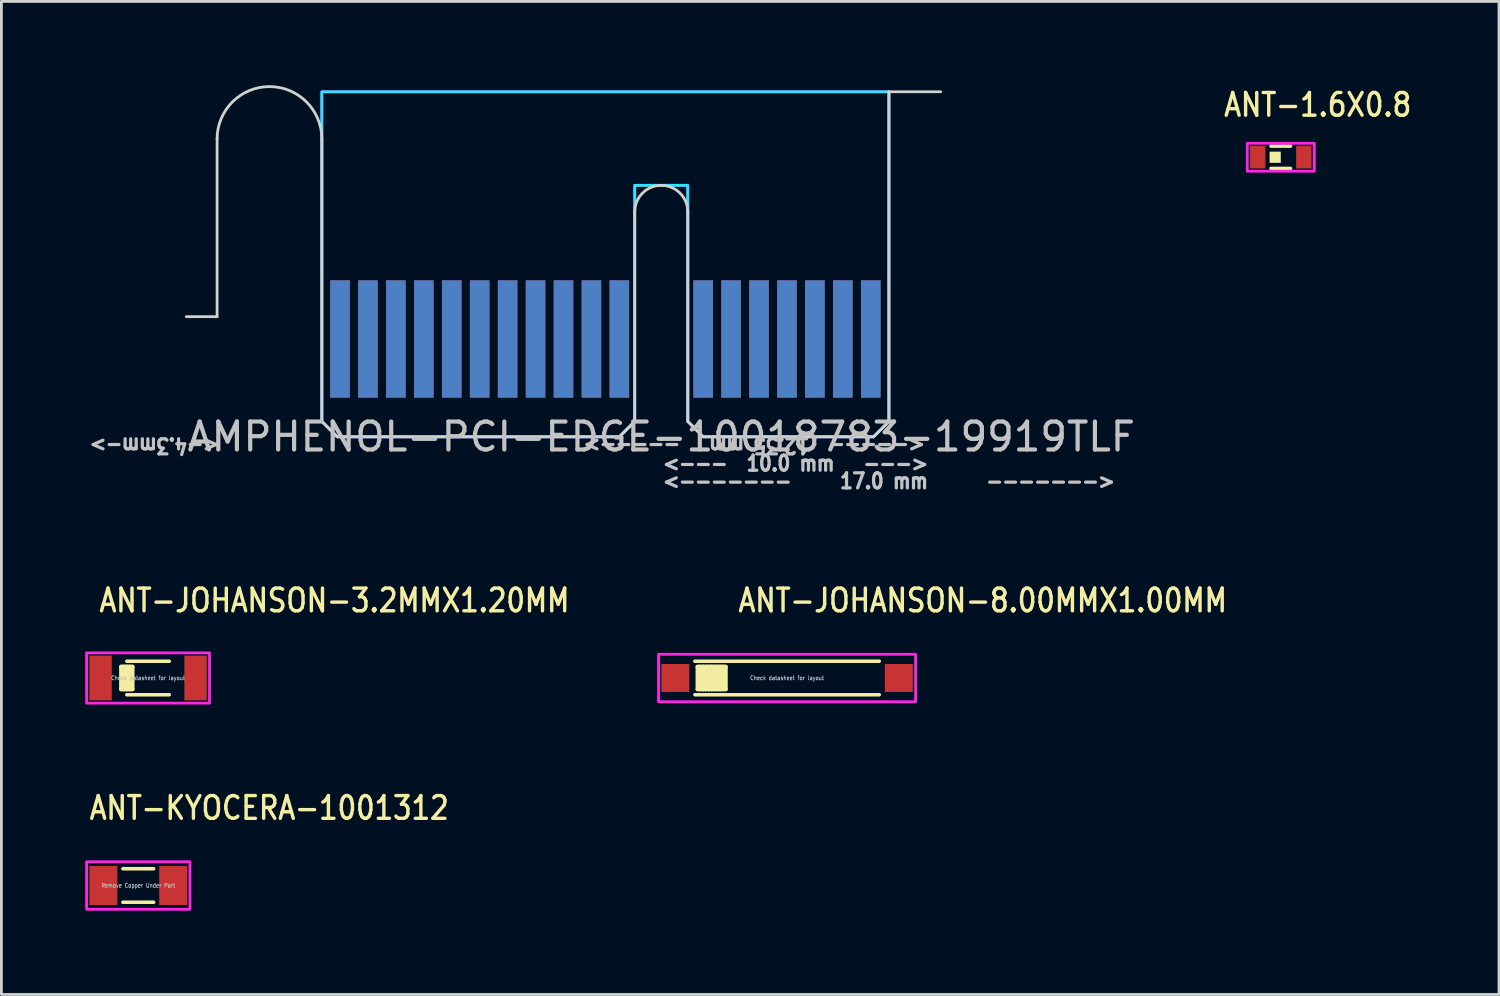
<source format=kicad_pcb>
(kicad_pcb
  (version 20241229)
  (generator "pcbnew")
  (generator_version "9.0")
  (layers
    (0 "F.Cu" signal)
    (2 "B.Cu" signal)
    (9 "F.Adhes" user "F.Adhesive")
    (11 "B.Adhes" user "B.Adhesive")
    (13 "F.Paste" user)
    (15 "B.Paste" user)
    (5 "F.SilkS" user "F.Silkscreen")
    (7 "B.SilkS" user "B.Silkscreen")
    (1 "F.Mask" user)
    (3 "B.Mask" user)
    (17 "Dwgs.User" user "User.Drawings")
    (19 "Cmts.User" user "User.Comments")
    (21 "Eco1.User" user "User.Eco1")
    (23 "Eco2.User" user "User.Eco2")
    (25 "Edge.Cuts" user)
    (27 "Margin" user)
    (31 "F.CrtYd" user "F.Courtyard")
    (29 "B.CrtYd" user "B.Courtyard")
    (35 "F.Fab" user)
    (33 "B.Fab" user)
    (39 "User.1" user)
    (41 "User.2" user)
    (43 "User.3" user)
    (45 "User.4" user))
  (footprint "ANT-JOHANSON-3.2MMX1.20MM"
    (layer "F.Cu")
    (at 2.25 21.22)
    (property "Reference" "ANT-JOHANSON-3.2MMX1.20MM" (at -1.813 -2.3 0) (unlocked yes) (layer "F.SilkS") (effects (font (size 0.813 0.695) (thickness 0.122)) (justify left bottom)))
    (fp_line (start -0.96 -0.4) (end -0.86 -0.4) (stroke (width 0.152) (type solid)) (layer "F.SilkS"))
    (fp_line (start -0.96 0.4) (end -0.96 -0.4) (stroke (width 0.152) (type solid)) (layer "F.SilkS"))
    (fp_line (start -0.86 -0.4) (end -0.76 -0.4) (stroke (width 0.152) (type solid)) (layer "F.SilkS"))
    (fp_line (start -0.86 0.4) (end -0.96 0.4) (stroke (width 0.152) (type solid)) (layer "F.SilkS"))
    (fp_line (start -0.86 0.4) (end -0.86 -0.4) (stroke (width 0.152) (type solid)) (layer "F.SilkS"))
    (fp_line (start -0.76 -0.6) (end 0.76 -0.6) (stroke (width 0.127) (type solid)) (layer "F.SilkS"))
    (fp_line (start -0.76 -0.4) (end -0.66 -0.4) (stroke (width 0.152) (type solid)) (layer "F.SilkS"))
    (fp_line (start -0.76 0.4) (end -0.86 0.4) (stroke (width 0.152) (type solid)) (layer "F.SilkS"))
    (fp_line (start -0.76 0.4) (end -0.76 -0.4) (stroke (width 0.152) (type solid)) (layer "F.SilkS"))
    (fp_line (start -0.76 0.6) (end 0.76 0.6) (stroke (width 0.127) (type solid)) (layer "F.SilkS"))
    (fp_line (start -0.66 -0.4) (end -0.56 -0.4) (stroke (width 0.152) (type solid)) (layer "F.SilkS"))
    (fp_line (start -0.66 0.4) (end -0.76 0.4) (stroke (width 0.152) (type solid)) (layer "F.SilkS"))
    (fp_line (start -0.66 0.4) (end -0.66 -0.4) (stroke (width 0.152) (type solid)) (layer "F.SilkS"))
    (fp_line (start -0.56 0.4) (end -0.66 0.4) (stroke (width 0.152) (type solid)) (layer "F.SilkS"))
    (fp_line (start -0.56 0.4) (end -0.56 -0.4) (stroke (width 0.152) (type solid)) (layer "F.SilkS"))
    (fp_poly (pts (xy -2.2 -0.9) (xy 2.2 -0.9) (xy 2.2 0.9) (xy -2.2 0.9)) (stroke (width 0.1) (type solid)) (fill no) (layer "F.CrtYd"))
    (fp_text user "Check datasheet for layout" (at 0 0 0) (unlocked yes) (layer "Dwgs.User") (effects (font (size 0.15 0.128) (thickness 0.022))))
    (pad "1" smd rect (at -1.7 0) (size 0.8 1.6) (layers "F.Cu" "F.Mask" "F.Paste"))
    (pad "2" smd rect (at 1.7 0) (size 0.8 1.6) (layers "F.Cu" "F.Mask" "F.Paste")))
  (footprint "ANT-JOHANSON-8.00MMX1.00MM"
    (layer "F.Cu")
    (at 25.125 21.22)
    (property "Reference" "ANT-JOHANSON-8.00MMX1.00MM" (at -1.813 -2.3 0) (unlocked yes) (layer "F.SilkS") (effects (font (size 0.813 0.695) (thickness 0.122)) (justify left bottom)))
    (fp_line (start -3.3 -0.6) (end 3.3 -0.6) (stroke (width 0.127) (type solid)) (layer "F.SilkS"))
    (fp_line (start -3.3 0.6) (end 3.3 0.6) (stroke (width 0.127) (type solid)) (layer "F.SilkS"))
    (fp_line (start -3.2 -0.4) (end -3.1 -0.4) (stroke (width 0.152) (type solid)) (layer "F.SilkS"))
    (fp_line (start -3.2 0.4) (end -3.2 -0.4) (stroke (width 0.152) (type solid)) (layer "F.SilkS"))
    (fp_line (start -3.1 -0.4) (end -3 -0.4) (stroke (width 0.152) (type solid)) (layer "F.SilkS"))
    (fp_line (start -3.1 0.4) (end -3.2 0.4) (stroke (width 0.152) (type solid)) (layer "F.SilkS"))
    (fp_line (start -3.1 0.4) (end -3.1 -0.4) (stroke (width 0.152) (type solid)) (layer "F.SilkS"))
    (fp_line (start -3 -0.4) (end -2.9 -0.4) (stroke (width 0.152) (type solid)) (layer "F.SilkS"))
    (fp_line (start -3 0.4) (end -3.1 0.4) (stroke (width 0.152) (type solid)) (layer "F.SilkS"))
    (fp_line (start -3 0.4) (end -3 -0.4) (stroke (width 0.152) (type solid)) (layer "F.SilkS"))
    (fp_line (start -2.9 -0.4) (end -2.8 -0.4) (stroke (width 0.152) (type solid)) (layer "F.SilkS"))
    (fp_line (start -2.9 0.4) (end -3 0.4) (stroke (width 0.152) (type solid)) (layer "F.SilkS"))
    (fp_line (start -2.9 0.4) (end -2.9 -0.4) (stroke (width 0.152) (type solid)) (layer "F.SilkS"))
    (fp_line (start -2.8 -0.4) (end -2.7 -0.4) (stroke (width 0.152) (type solid)) (layer "F.SilkS"))
    (fp_line (start -2.8 0.4) (end -2.9 0.4) (stroke (width 0.152) (type solid)) (layer "F.SilkS"))
    (fp_line (start -2.8 0.4) (end -2.8 -0.4) (stroke (width 0.152) (type solid)) (layer "F.SilkS"))
    (fp_line (start -2.7 -0.4) (end -2.6 -0.4) (stroke (width 0.152) (type solid)) (layer "F.SilkS"))
    (fp_line (start -2.7 0.4) (end -2.8 0.4) (stroke (width 0.152) (type solid)) (layer "F.SilkS"))
    (fp_line (start -2.7 0.4) (end -2.7 -0.4) (stroke (width 0.152) (type solid)) (layer "F.SilkS"))
    (fp_line (start -2.6 -0.4) (end -2.5 -0.4) (stroke (width 0.152) (type solid)) (layer "F.SilkS"))
    (fp_line (start -2.6 0.4) (end -2.7 0.4) (stroke (width 0.152) (type solid)) (layer "F.SilkS"))
    (fp_line (start -2.6 0.4) (end -2.6 -0.4) (stroke (width 0.152) (type solid)) (layer "F.SilkS"))
    (fp_line (start -2.5 -0.4) (end -2.4 -0.4) (stroke (width 0.152) (type solid)) (layer "F.SilkS"))
    (fp_line (start -2.5 0.4) (end -2.6 0.4) (stroke (width 0.152) (type solid)) (layer "F.SilkS"))
    (fp_line (start -2.5 0.4) (end -2.5 -0.4) (stroke (width 0.152) (type solid)) (layer "F.SilkS"))
    (fp_line (start -2.4 -0.4) (end -2.3 -0.4) (stroke (width 0.152) (type solid)) (layer "F.SilkS"))
    (fp_line (start -2.4 0.4) (end -2.5 0.4) (stroke (width 0.152) (type solid)) (layer "F.SilkS"))
    (fp_line (start -2.4 0.4) (end -2.4 -0.4) (stroke (width 0.152) (type solid)) (layer "F.SilkS"))
    (fp_line (start -2.3 -0.4) (end -2.2 -0.4) (stroke (width 0.152) (type solid)) (layer "F.SilkS"))
    (fp_line (start -2.3 0.4) (end -2.4 0.4) (stroke (width 0.152) (type solid)) (layer "F.SilkS"))
    (fp_line (start -2.3 0.4) (end -2.3 -0.4) (stroke (width 0.152) (type solid)) (layer "F.SilkS"))
    (fp_line (start -2.2 -0.4) (end -2.2 0.4) (stroke (width 0.152) (type solid)) (layer "F.SilkS"))
    (fp_line (start -2.2 0.4) (end -2.3 0.4) (stroke (width 0.152) (type solid)) (layer "F.SilkS"))
    (fp_poly (pts (xy -4.6 -0.85) (xy 4.6 -0.85) (xy 4.6 0.85) (xy -4.6 0.85)) (stroke (width 0.1) (type solid)) (fill no) (layer "F.CrtYd"))
    (fp_text user "Check datasheet for layout" (at 0 0 0) (unlocked yes) (layer "Dwgs.User") (effects (font (size 0.15 0.128) (thickness 0.022))))
    (pad "1" smd rect (at -4 0) (size 1 1) (layers "F.Cu" "F.Mask" "F.Paste"))
    (pad "2" smd rect (at 4 0) (size 1 1) (layers "F.Cu" "F.Mask" "F.Paste")))
  (footprint "ANT-1.6X0.8"
    (layer "F.Cu")
    (at 42.798 2.579)
    (property "Reference" "ANT-1.6X0.8" (at -2.1 -1.4 0) (unlocked yes) (layer "F.SilkS") (effects (font (size 0.813 0.695) (thickness 0.122)) (justify left bottom)))
    (fp_line (start -0.35 -0.4) (end 0.35 -0.4) (stroke (width 0.127) (type solid)) (layer "F.SilkS"))
    (fp_line (start -0.35 0.4) (end 0.35 0.4) (stroke (width 0.127) (type solid)) (layer "F.SilkS"))
    (fp_rect (start -0.4 0.2) (end 0 -0.2) (stroke (width 0) (type solid)) (fill yes) (layer "F.SilkS"))
    (fp_poly (pts (xy -1.2 -0.5) (xy 1.2 -0.5) (xy 1.2 0.5) (xy -1.2 0.5)) (stroke (width 0.1) (type solid)) (fill no) (layer "F.CrtYd"))
    (pad "FEED" smd rect (at -0.825 0) (size 0.55 0.8) (layers "F.Cu" "F.Mask" "F.Paste"))
    (pad "NC" smd rect (at 0.825 0) (size 0.55 0.8) (layers "F.Cu" "F.Mask" "F.Paste")))
  (footprint "AMPHENOL-PCI-EDGE-10018783-19919TLF"
    (layer "F.Cu")
    (at 20.621 12.585)
    (property "Reference" "AMPHENOL-PCI-EDGE-10018783-19919TLF" (at 0 0 0) (layer "Dwgs.User") (effects (font (size 1 1) (thickness 0.15))))
    (fp_poly (pts (xy -12.5 -8) (xy -12.5 0.35) (xy 8.5 0.35) (xy 8.5 -8)) (stroke (width 0) (type solid)) (fill yes) (layer "F.Mask"))
    (fp_poly (pts (xy -12.5 -8) (xy -12.5 0.35) (xy 8.5 0.35) (xy 8.5 -8)) (stroke (width 0) (type solid)) (fill yes) (layer "B.Mask"))
    (fp_line (start -15.9 -10.66) (end -15.9 -4.3) (stroke (width 0.1) (type solid)) (layer "Edge.Cuts"))
    (fp_line (start -15.9 -4.3) (end -17 -4.3) (stroke (width 0.1) (type solid)) (layer "Edge.Cuts"))
    (fp_line (start -12.15 -0.55) (end -12.15 -10.66) (stroke (width 0.1) (type solid)) (layer "Edge.Cuts"))
    (fp_line (start -11.6 0) (end -12.15 -0.55) (stroke (width 0.1) (type solid)) (layer "Edge.Cuts"))
    (fp_line (start -1.5 0) (end -11.6 0) (stroke (width 0.1) (type solid)) (layer "Edge.Cuts"))
    (fp_line (start -0.95 -0.55) (end -1.5 0) (stroke (width 0.1) (type solid)) (layer "Edge.Cuts"))
    (fp_line (start -0.95 -0.55) (end -0.95 -8.05) (stroke (width 0.1) (type solid)) (layer "Edge.Cuts"))
    (fp_line (start 0.95 -0.55) (end 0.95 -8.05) (stroke (width 0.1) (type solid)) (layer "Edge.Cuts"))
    (fp_line (start 0.95 -0.55) (end 1.5 0) (stroke (width 0.1) (type solid)) (layer "Edge.Cuts"))
    (fp_line (start 1.5 0) (end 7.6 0) (stroke (width 0.1) (type solid)) (layer "Edge.Cuts"))
    (fp_line (start 7.6 0) (end 8.15 -0.55) (stroke (width 0.1) (type solid)) (layer "Edge.Cuts"))
    (fp_line (start 8.15 -12.35) (end 10 -12.35) (stroke (width 0.1) (type solid)) (layer "Edge.Cuts"))
    (fp_line (start 8.15 -0.55) (end 8.15 -12.35) (stroke (width 0.1) (type solid)) (layer "Edge.Cuts"))
    (fp_arc (start -15.9 -10.66) (mid -14.025 -12.535) (end -12.15 -10.66) (stroke (width 0.1) (type solid)) (layer "Edge.Cuts"))
    (fp_arc (start -0.95 -8.05) (mid 0 -9) (end 0.95 -8.05) (stroke (width 0.1) (type solid)) (layer "Edge.Cuts"))
    (fp_poly (pts (xy 0.95 -0.55) (xy 1.5 0) (xy 7.6 0) (xy 8.15 -0.55) (xy 8.15 -12.35) (xy -12.15 -12.35) (xy -12.15 -0.55) (xy -11.6 0) (xy -1.5 0) (xy -0.95 -0.55) (xy -0.95 -9) (xy 0.95 -9)) (stroke (width 0.1) (type solid)) (fill no) (layer "B.CrtYd"))
    (fp_poly (pts (xy 0.95 -0.55) (xy 1.5 0) (xy 7.6 0) (xy 8.15 -0.55) (xy 8.15 -12.35) (xy -12.15 -12.35) (xy -12.15 -0.55) (xy -11.6 0) (xy -1.5 0) (xy -0.95 -0.55) (xy -0.95 -9) (xy 0.95 -9)) (stroke (width 0.1) (type solid)) (fill no) (layer "F.CrtYd"))
    (fp_text user "<-------     17.0 mm      ------->" (at 0 1.27 0) (unlocked yes) (layer "Dwgs.User") (effects (font (size 0.54 0.462) (thickness 5.4)) (justify left top)))
    (fp_text user "<-4.3mm->" (at -15.75 0 180) (unlocked yes) (layer "Dwgs.User") (effects (font (size 0.54 0.462) (thickness 5.4)) (justify left bottom)))
    (fp_text user "<---  10.0 mm   --->" (at 0 1.27 0) (unlocked yes) (layer "Dwgs.User") (effects (font (size 0.54 0.462) (thickness 5.4)) (justify left bottom)))
    (fp_text user "<-----  12.35 mm   ----->" (at 9.5 0 180) (unlocked yes) (layer "Dwgs.User") (effects (font (size 0.54 0.462) (thickness 5.4)) (justify left bottom)))
    (pad "A_1" smd rect (at -11.5 -3.5) (size 0.7 4.2) (layers "F.Cu"))
    (pad "A_2" smd rect (at -10.5 -3.5) (size 0.7 4.2) (layers "F.Cu"))
    (pad "A_3" smd rect (at -9.5 -3.5) (size 0.7 4.2) (layers "F.Cu"))
    (pad "A_4" smd rect (at -8.5 -3.5) (size 0.7 4.2) (layers "F.Cu"))
    (pad "A_5" smd rect (at -7.5 -3.5) (size 0.7 4.2) (layers "F.Cu"))
    (pad "A_6" smd rect (at -6.5 -3.5) (size 0.7 4.2) (layers "F.Cu"))
    (pad "A_7" smd rect (at -5.5 -3.5) (size 0.7 4.2) (layers "F.Cu"))
    (pad "A_8" smd rect (at -4.5 -3.5) (size 0.7 4.2) (layers "F.Cu"))
    (pad "A_9" smd rect (at -3.5 -3.5) (size 0.7 4.2) (layers "F.Cu"))
    (pad "A_10" smd rect (at -2.5 -3.5) (size 0.7 4.2) (layers "F.Cu"))
    (pad "A_11" smd rect (at -1.5 -3.5) (size 0.7 4.2) (layers "F.Cu"))
    (pad "A_12" smd rect (at 1.5 -3.5) (size 0.7 4.2) (layers "F.Cu"))
    (pad "A_13" smd rect (at 2.5 -3.5) (size 0.7 4.2) (layers "F.Cu"))
    (pad "A_14" smd rect (at 3.5 -3.5) (size 0.7 4.2) (layers "F.Cu"))
    (pad "A_15" smd rect (at 4.5 -3.5) (size 0.7 4.2) (layers "F.Cu"))
    (pad "A_16" smd rect (at 5.5 -3.5) (size 0.7 4.2) (layers "F.Cu"))
    (pad "A_17" smd rect (at 6.5 -3.5) (size 0.7 4.2) (layers "F.Cu"))
    (pad "A_18" smd rect (at 7.5 -3.5) (size 0.7 4.2) (layers "F.Cu"))
    (pad "B_1" smd rect (at -11.5 -3.5 180) (size 0.7 4.2) (layers "B.Cu"))
    (pad "B_2" smd rect (at -10.5 -3.5 180) (size 0.7 4.2) (layers "B.Cu"))
    (pad "B_3" smd rect (at -9.5 -3.5 180) (size 0.7 4.2) (layers "B.Cu"))
    (pad "B_4" smd rect (at -8.5 -3.5 180) (size 0.7 4.2) (layers "B.Cu"))
    (pad "B_5" smd rect (at -7.5 -3.5 180) (size 0.7 4.2) (layers "B.Cu"))
    (pad "B_6" smd rect (at -6.5 -3.5 180) (size 0.7 4.2) (layers "B.Cu"))
    (pad "B_7" smd rect (at -5.5 -3.5 180) (size 0.7 4.2) (layers "B.Cu"))
    (pad "B_8" smd rect (at -4.5 -3.5 180) (size 0.7 4.2) (layers "B.Cu"))
    (pad "B_9" smd rect (at -3.5 -3.5 180) (size 0.7 4.2) (layers "B.Cu"))
    (pad "B_10" smd rect (at -2.5 -3.5 180) (size 0.7 4.2) (layers "B.Cu"))
    (pad "B_11" smd rect (at -1.5 -3.5 180) (size 0.7 4.2) (layers "B.Cu"))
    (pad "B_12" smd rect (at 1.5 -3.5 180) (size 0.7 4.2) (layers "B.Cu"))
    (pad "B_13" smd rect (at 2.5 -3.5 180) (size 0.7 4.2) (layers "B.Cu"))
    (pad "B_14" smd rect (at 3.5 -3.5 180) (size 0.7 4.2) (layers "B.Cu"))
    (pad "B_15" smd rect (at 4.5 -3.5 180) (size 0.7 4.2) (layers "B.Cu"))
    (pad "B_16" smd rect (at 5.5 -3.5 180) (size 0.7 4.2) (layers "B.Cu"))
    (pad "B_17" smd rect (at 6.5 -3.5 180) (size 0.7 4.2) (layers "B.Cu"))
    (pad "B_18" smd rect (at 7.5 -3.5 180) (size 0.7 4.2) (layers "B.Cu")))
  (footprint "ANT-KYOCERA-1001312"
    (layer "F.Cu")
    (at 1.9 28.648)
    (property "Reference" "ANT-KYOCERA-1001312" (at -1.813 -2.3 0) (unlocked yes) (layer "F.SilkS") (effects (font (size 0.813 0.695) (thickness 0.122)) (justify left bottom)))
    (fp_line (start -0.55 -0.6) (end 0.55 -0.6) (stroke (width 0.127) (type solid)) (layer "F.SilkS"))
    (fp_line (start -0.55 0.6) (end 0.55 0.6) (stroke (width 0.127) (type solid)) (layer "F.SilkS"))
    (fp_poly (pts (xy -1.85 -0.85) (xy 1.85 -0.85) (xy 1.85 0.85) (xy -1.85 0.85)) (stroke (width 0.1) (type solid)) (fill no) (layer "F.CrtYd"))
    (fp_text user "Remove Copper Under Part" (at 0 0 0) (unlocked yes) (layer "Dwgs.User") (effects (font (size 0.15 0.128) (thickness 0.022))))
    (pad "1" smd rect (at -1.25 0) (size 1 1.4) (layers "F.Cu" "F.Mask" "F.Paste"))
    (pad "2" smd rect (at 1.25 0) (size 1 1.4) (layers "F.Cu" "F.Mask" "F.Paste")))
  (gr_rect
    (start -3 -3)
    (end 50.61 32.548)
    (stroke (width 0.1) (type default))
    (fill no)
    (layer "Edge.Cuts")))
</source>
